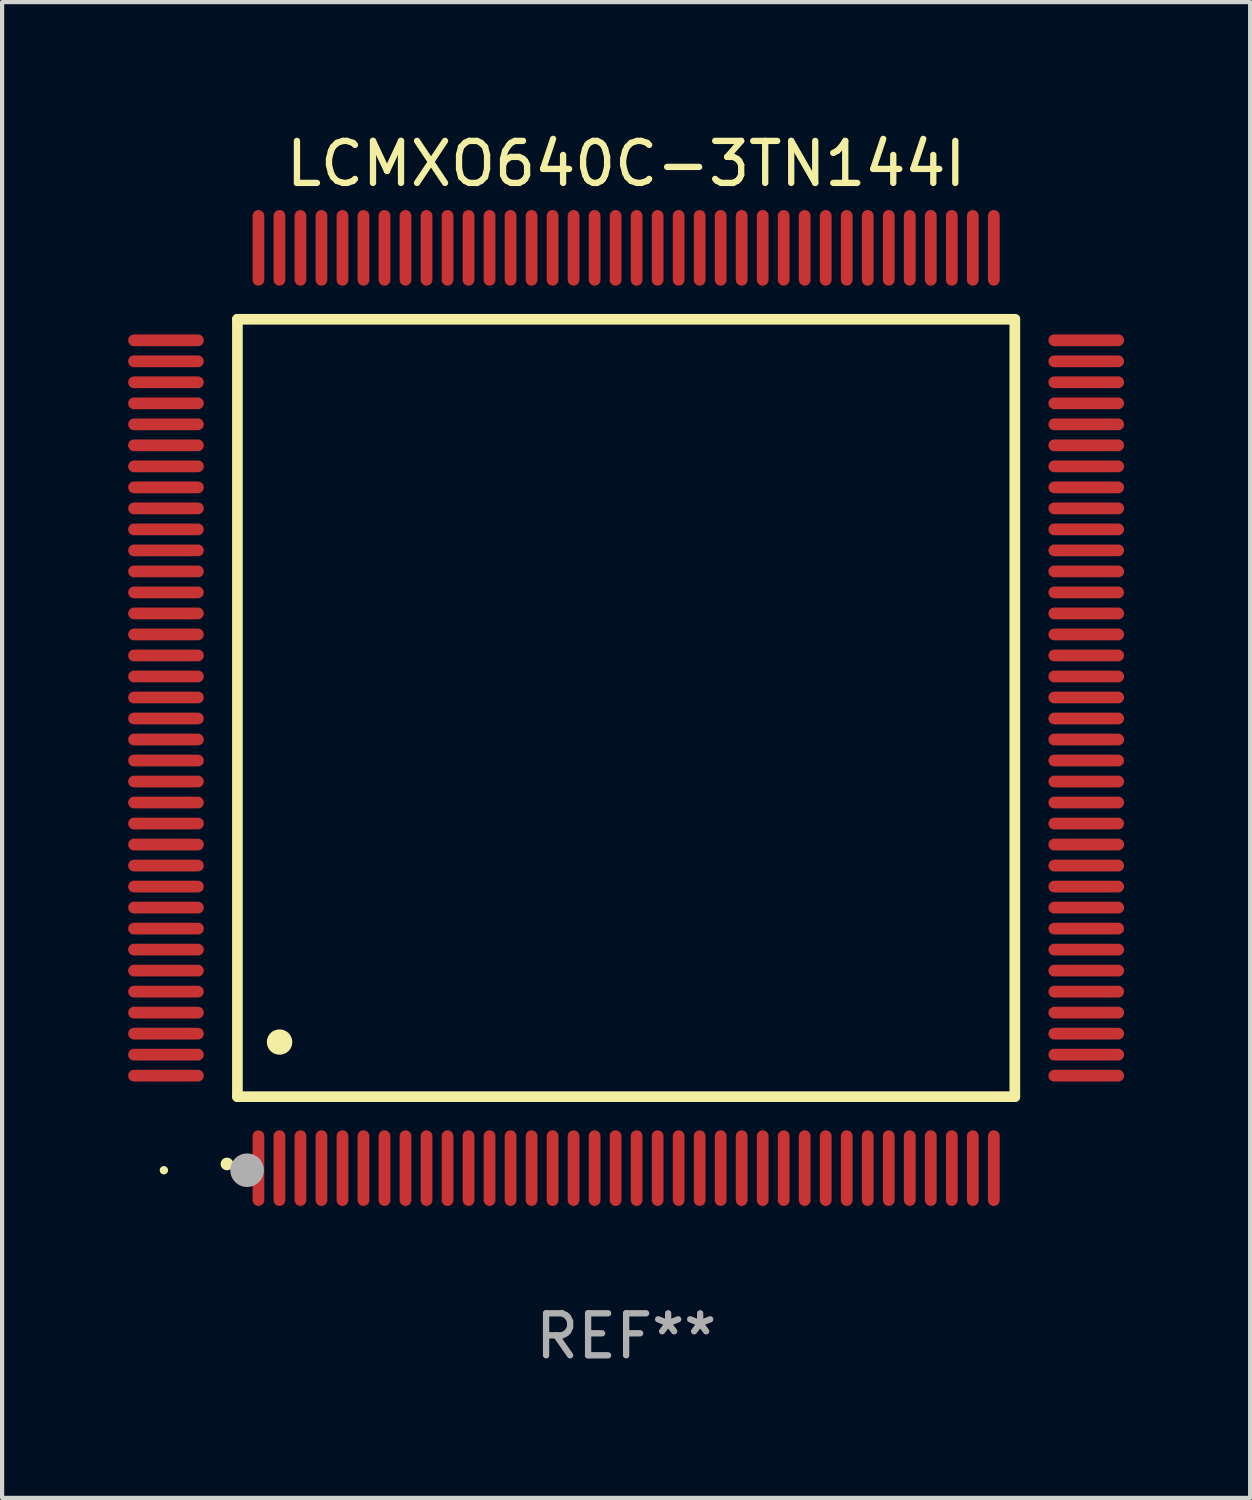
<source format=kicad_pcb>
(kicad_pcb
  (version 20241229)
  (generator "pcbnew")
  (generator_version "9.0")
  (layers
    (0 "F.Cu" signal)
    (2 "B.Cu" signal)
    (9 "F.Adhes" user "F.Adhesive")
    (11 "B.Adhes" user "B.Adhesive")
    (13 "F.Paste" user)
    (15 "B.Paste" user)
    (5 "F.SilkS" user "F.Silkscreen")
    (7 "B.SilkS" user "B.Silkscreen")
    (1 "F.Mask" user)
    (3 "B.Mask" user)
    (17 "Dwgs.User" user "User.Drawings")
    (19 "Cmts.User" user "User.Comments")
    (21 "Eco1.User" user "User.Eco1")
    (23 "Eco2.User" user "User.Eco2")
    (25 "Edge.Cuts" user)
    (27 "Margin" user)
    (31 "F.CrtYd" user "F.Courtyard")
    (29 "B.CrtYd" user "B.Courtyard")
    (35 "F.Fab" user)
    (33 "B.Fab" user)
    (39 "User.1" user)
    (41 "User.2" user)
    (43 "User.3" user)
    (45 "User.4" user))
  (footprint "LCMXO640C-3TN144I"
    (layer "F.Cu")
    (at 11.85 13.798)
    (property "Reference" "LCMXO640C-3TN144I" (at 0 -12.95 0) (layer "F.SilkS") (effects (font (size 1 1) (thickness 0.15))))
    (attr through_hole)
    (fp_line (start -9.25 -9.25) (end -9.25 9.25) (stroke (width 0.254) (type solid)) (layer "F.SilkS"))
    (fp_line (start -9.25 9.25) (end 9.25 9.25) (stroke (width 0.254) (type solid)) (layer "F.SilkS"))
    (fp_line (start 9.25 -9.25) (end -9.25 -9.25) (stroke (width 0.254) (type solid)) (layer "F.SilkS"))
    (fp_line (start 9.25 9.25) (end 9.25 -9.25) (stroke (width 0.254) (type solid)) (layer "F.SilkS"))
    (fp_arc (start -9.499619 10.850902) (mid -9.498349 10.850897) (end -9.497079 10.850902) (stroke (width 0.3) (type solid)) (layer "F.SilkS"))
    (fp_arc (start -8.249936 7.950216) (mid -8.247396 7.950205) (end -8.244856 7.950216) (stroke (width 0.6) (type solid)) (layer "F.SilkS"))
    (fp_circle (center -11 11) (end -10.95 11) (stroke (width 0.1) (type solid)) (fill no) (layer "F.SilkS"))
    (fp_circle (center -9.02 11) (end -8.82 11) (stroke (width 0.4) (type solid)) (fill no) (layer "F.Fab"))
    (fp_text user "REF**" (at 0 14.95 0) (layer "F.Fab") (effects (font (size 1 1) (thickness 0.15))))
    (pad "1" smd oval (at -8.75 10.95) (size 0.28 1.8) (layers "F.Cu" "F.Mask" "F.Paste"))
    (pad "2" smd oval (at -8.25 10.95) (size 0.28 1.8) (layers "F.Cu" "F.Mask" "F.Paste"))
    (pad "3" smd oval (at -7.75 10.95) (size 0.28 1.8) (layers "F.Cu" "F.Mask" "F.Paste"))
    (pad "4" smd oval (at -7.25 10.95) (size 0.28 1.8) (layers "F.Cu" "F.Mask" "F.Paste"))
    (pad "5" smd oval (at -6.75 10.95) (size 0.28 1.8) (layers "F.Cu" "F.Mask" "F.Paste"))
    (pad "6" smd oval (at -6.25 10.95) (size 0.28 1.8) (layers "F.Cu" "F.Mask" "F.Paste"))
    (pad "7" smd oval (at -5.75 10.95) (size 0.28 1.8) (layers "F.Cu" "F.Mask" "F.Paste"))
    (pad "8" smd oval (at -5.25 10.95) (size 0.28 1.8) (layers "F.Cu" "F.Mask" "F.Paste"))
    (pad "9" smd oval (at -4.75 10.95) (size 0.28 1.8) (layers "F.Cu" "F.Mask" "F.Paste"))
    (pad "10" smd oval (at -4.25 10.95) (size 0.28 1.8) (layers "F.Cu" "F.Mask" "F.Paste"))
    (pad "11" smd oval (at -3.75 10.95) (size 0.28 1.8) (layers "F.Cu" "F.Mask" "F.Paste"))
    (pad "12" smd oval (at -3.25 10.95) (size 0.28 1.8) (layers "F.Cu" "F.Mask" "F.Paste"))
    (pad "13" smd oval (at -2.75 10.95) (size 0.28 1.8) (layers "F.Cu" "F.Mask" "F.Paste"))
    (pad "14" smd oval (at -2.25 10.95) (size 0.28 1.8) (layers "F.Cu" "F.Mask" "F.Paste"))
    (pad "15" smd oval (at -1.75 10.95) (size 0.28 1.8) (layers "F.Cu" "F.Mask" "F.Paste"))
    (pad "16" smd oval (at -1.25 10.95) (size 0.28 1.8) (layers "F.Cu" "F.Mask" "F.Paste"))
    (pad "17" smd oval (at -0.75 10.95) (size 0.28 1.8) (layers "F.Cu" "F.Mask" "F.Paste"))
    (pad "18" smd oval (at -0.25 10.95) (size 0.28 1.8) (layers "F.Cu" "F.Mask" "F.Paste"))
    (pad "19" smd oval (at 0.25 10.95) (size 0.28 1.8) (layers "F.Cu" "F.Mask" "F.Paste"))
    (pad "20" smd oval (at 0.75 10.95) (size 0.28 1.8) (layers "F.Cu" "F.Mask" "F.Paste"))
    (pad "21" smd oval (at 1.25 10.95) (size 0.28 1.8) (layers "F.Cu" "F.Mask" "F.Paste"))
    (pad "22" smd oval (at 1.75 10.95) (size 0.28 1.8) (layers "F.Cu" "F.Mask" "F.Paste"))
    (pad "23" smd oval (at 2.25 10.95) (size 0.28 1.8) (layers "F.Cu" "F.Mask" "F.Paste"))
    (pad "24" smd oval (at 2.75 10.95) (size 0.28 1.8) (layers "F.Cu" "F.Mask" "F.Paste"))
    (pad "25" smd oval (at 3.25 10.95) (size 0.28 1.8) (layers "F.Cu" "F.Mask" "F.Paste"))
    (pad "26" smd oval (at 3.75 10.95) (size 0.28 1.8) (layers "F.Cu" "F.Mask" "F.Paste"))
    (pad "27" smd oval (at 4.25 10.95) (size 0.28 1.8) (layers "F.Cu" "F.Mask" "F.Paste"))
    (pad "28" smd oval (at 4.75 10.95) (size 0.28 1.8) (layers "F.Cu" "F.Mask" "F.Paste"))
    (pad "29" smd oval (at 5.25 10.95) (size 0.28 1.8) (layers "F.Cu" "F.Mask" "F.Paste"))
    (pad "30" smd oval (at 5.75 10.95) (size 0.28 1.8) (layers "F.Cu" "F.Mask" "F.Paste"))
    (pad "31" smd oval (at 6.25 10.95) (size 0.28 1.8) (layers "F.Cu" "F.Mask" "F.Paste"))
    (pad "32" smd oval (at 6.75 10.95) (size 0.28 1.8) (layers "F.Cu" "F.Mask" "F.Paste"))
    (pad "33" smd oval (at 7.25 10.95) (size 0.28 1.8) (layers "F.Cu" "F.Mask" "F.Paste"))
    (pad "34" smd oval (at 7.75 10.95) (size 0.28 1.8) (layers "F.Cu" "F.Mask" "F.Paste"))
    (pad "35" smd oval (at 8.25 10.95) (size 0.28 1.8) (layers "F.Cu" "F.Mask" "F.Paste"))
    (pad "36" smd oval (at 8.75 10.95) (size 0.28 1.8) (layers "F.Cu" "F.Mask" "F.Paste"))
    (pad "37" smd oval (at 10.95 8.75) (size 1.8 0.28) (layers "F.Cu" "F.Mask" "F.Paste"))
    (pad "38" smd oval (at 10.95 8.25) (size 1.8 0.28) (layers "F.Cu" "F.Mask" "F.Paste"))
    (pad "39" smd oval (at 10.95 7.75) (size 1.8 0.28) (layers "F.Cu" "F.Mask" "F.Paste"))
    (pad "40" smd oval (at 10.95 7.25) (size 1.8 0.28) (layers "F.Cu" "F.Mask" "F.Paste"))
    (pad "41" smd oval (at 10.95 6.75) (size 1.8 0.28) (layers "F.Cu" "F.Mask" "F.Paste"))
    (pad "42" smd oval (at 10.95 6.25) (size 1.8 0.28) (layers "F.Cu" "F.Mask" "F.Paste"))
    (pad "43" smd oval (at 10.95 5.75) (size 1.8 0.28) (layers "F.Cu" "F.Mask" "F.Paste"))
    (pad "44" smd oval (at 10.95 5.25) (size 1.8 0.28) (layers "F.Cu" "F.Mask" "F.Paste"))
    (pad "45" smd oval (at 10.95 4.75) (size 1.8 0.28) (layers "F.Cu" "F.Mask" "F.Paste"))
    (pad "46" smd oval (at 10.95 4.25) (size 1.8 0.28) (layers "F.Cu" "F.Mask" "F.Paste"))
    (pad "47" smd oval (at 10.95 3.75) (size 1.8 0.28) (layers "F.Cu" "F.Mask" "F.Paste"))
    (pad "48" smd oval (at 10.95 3.25) (size 1.8 0.28) (layers "F.Cu" "F.Mask" "F.Paste"))
    (pad "49" smd oval (at 10.95 2.75) (size 1.8 0.28) (layers "F.Cu" "F.Mask" "F.Paste"))
    (pad "50" smd oval (at 10.95 2.25) (size 1.8 0.28) (layers "F.Cu" "F.Mask" "F.Paste"))
    (pad "51" smd oval (at 10.95 1.75) (size 1.8 0.28) (layers "F.Cu" "F.Mask" "F.Paste"))
    (pad "52" smd oval (at 10.95 1.25) (size 1.8 0.28) (layers "F.Cu" "F.Mask" "F.Paste"))
    (pad "53" smd oval (at 10.95 0.75) (size 1.8 0.28) (layers "F.Cu" "F.Mask" "F.Paste"))
    (pad "54" smd oval (at 10.95 0.25) (size 1.8 0.28) (layers "F.Cu" "F.Mask" "F.Paste"))
    (pad "55" smd oval (at 10.95 -0.25) (size 1.8 0.28) (layers "F.Cu" "F.Mask" "F.Paste"))
    (pad "56" smd oval (at 10.95 -0.75) (size 1.8 0.28) (layers "F.Cu" "F.Mask" "F.Paste"))
    (pad "57" smd oval (at 10.95 -1.25) (size 1.8 0.28) (layers "F.Cu" "F.Mask" "F.Paste"))
    (pad "58" smd oval (at 10.95 -1.75) (size 1.8 0.28) (layers "F.Cu" "F.Mask" "F.Paste"))
    (pad "59" smd oval (at 10.95 -2.25) (size 1.8 0.28) (layers "F.Cu" "F.Mask" "F.Paste"))
    (pad "60" smd oval (at 10.95 -2.75) (size 1.8 0.28) (layers "F.Cu" "F.Mask" "F.Paste"))
    (pad "61" smd oval (at 10.95 -3.25) (size 1.8 0.28) (layers "F.Cu" "F.Mask" "F.Paste"))
    (pad "62" smd oval (at 10.95 -3.75) (size 1.8 0.28) (layers "F.Cu" "F.Mask" "F.Paste"))
    (pad "63" smd oval (at 10.95 -4.25) (size 1.8 0.28) (layers "F.Cu" "F.Mask" "F.Paste"))
    (pad "64" smd oval (at 10.95 -4.75) (size 1.8 0.28) (layers "F.Cu" "F.Mask" "F.Paste"))
    (pad "65" smd oval (at 10.95 -5.25) (size 1.8 0.28) (layers "F.Cu" "F.Mask" "F.Paste"))
    (pad "66" smd oval (at 10.95 -5.75) (size 1.8 0.28) (layers "F.Cu" "F.Mask" "F.Paste"))
    (pad "67" smd oval (at 10.95 -6.25) (size 1.8 0.28) (layers "F.Cu" "F.Mask" "F.Paste"))
    (pad "68" smd oval (at 10.95 -6.75) (size 1.8 0.28) (layers "F.Cu" "F.Mask" "F.Paste"))
    (pad "69" smd oval (at 10.95 -7.25) (size 1.8 0.28) (layers "F.Cu" "F.Mask" "F.Paste"))
    (pad "70" smd oval (at 10.95 -7.75) (size 1.8 0.28) (layers "F.Cu" "F.Mask" "F.Paste"))
    (pad "71" smd oval (at 10.95 -8.25) (size 1.8 0.28) (layers "F.Cu" "F.Mask" "F.Paste"))
    (pad "72" smd oval (at 10.95 -8.75) (size 1.8 0.28) (layers "F.Cu" "F.Mask" "F.Paste"))
    (pad "73" smd oval (at 8.75 -10.95) (size 0.28 1.8) (layers "F.Cu" "F.Mask" "F.Paste"))
    (pad "74" smd oval (at 8.25 -10.95) (size 0.28 1.8) (layers "F.Cu" "F.Mask" "F.Paste"))
    (pad "75" smd oval (at 7.75 -10.95) (size 0.28 1.8) (layers "F.Cu" "F.Mask" "F.Paste"))
    (pad "76" smd oval (at 7.25 -10.95) (size 0.28 1.8) (layers "F.Cu" "F.Mask" "F.Paste"))
    (pad "77" smd oval (at 6.75 -10.95) (size 0.28 1.8) (layers "F.Cu" "F.Mask" "F.Paste"))
    (pad "78" smd oval (at 6.25 -10.95) (size 0.28 1.8) (layers "F.Cu" "F.Mask" "F.Paste"))
    (pad "79" smd oval (at 5.75 -10.95) (size 0.28 1.8) (layers "F.Cu" "F.Mask" "F.Paste"))
    (pad "80" smd oval (at 5.25 -10.95) (size 0.28 1.8) (layers "F.Cu" "F.Mask" "F.Paste"))
    (pad "81" smd oval (at 4.75 -10.95) (size 0.28 1.8) (layers "F.Cu" "F.Mask" "F.Paste"))
    (pad "82" smd oval (at 4.25 -10.95) (size 0.28 1.8) (layers "F.Cu" "F.Mask" "F.Paste"))
    (pad "83" smd oval (at 3.75 -10.95) (size 0.28 1.8) (layers "F.Cu" "F.Mask" "F.Paste"))
    (pad "84" smd oval (at 3.25 -10.95) (size 0.28 1.8) (layers "F.Cu" "F.Mask" "F.Paste"))
    (pad "85" smd oval (at 2.75 -10.95) (size 0.28 1.8) (layers "F.Cu" "F.Mask" "F.Paste"))
    (pad "86" smd oval (at 2.25 -10.95) (size 0.28 1.8) (layers "F.Cu" "F.Mask" "F.Paste"))
    (pad "87" smd oval (at 1.75 -10.95) (size 0.28 1.8) (layers "F.Cu" "F.Mask" "F.Paste"))
    (pad "88" smd oval (at 1.25 -10.95) (size 0.28 1.8) (layers "F.Cu" "F.Mask" "F.Paste"))
    (pad "89" smd oval (at 0.75 -10.95) (size 0.28 1.8) (layers "F.Cu" "F.Mask" "F.Paste"))
    (pad "90" smd oval (at 0.25 -10.95) (size 0.28 1.8) (layers "F.Cu" "F.Mask" "F.Paste"))
    (pad "91" smd oval (at -0.25 -10.95) (size 0.28 1.8) (layers "F.Cu" "F.Mask" "F.Paste"))
    (pad "92" smd oval (at -0.75 -10.95) (size 0.28 1.8) (layers "F.Cu" "F.Mask" "F.Paste"))
    (pad "93" smd oval (at -1.25 -10.95) (size 0.28 1.8) (layers "F.Cu" "F.Mask" "F.Paste"))
    (pad "94" smd oval (at -1.75 -10.95) (size 0.28 1.8) (layers "F.Cu" "F.Mask" "F.Paste"))
    (pad "95" smd oval (at -2.25 -10.95) (size 0.28 1.8) (layers "F.Cu" "F.Mask" "F.Paste"))
    (pad "96" smd oval (at -2.75 -10.95) (size 0.28 1.8) (layers "F.Cu" "F.Mask" "F.Paste"))
    (pad "97" smd oval (at -3.25 -10.95) (size 0.28 1.8) (layers "F.Cu" "F.Mask" "F.Paste"))
    (pad "98" smd oval (at -3.75 -10.95) (size 0.28 1.8) (layers "F.Cu" "F.Mask" "F.Paste"))
    (pad "99" smd oval (at -4.25 -10.95) (size 0.28 1.8) (layers "F.Cu" "F.Mask" "F.Paste"))
    (pad "100" smd oval (at -4.75 -10.95) (size 0.28 1.8) (layers "F.Cu" "F.Mask" "F.Paste"))
    (pad "101" smd oval (at -5.25 -10.95) (size 0.28 1.8) (layers "F.Cu" "F.Mask" "F.Paste"))
    (pad "102" smd oval (at -5.75 -10.95) (size 0.28 1.8) (layers "F.Cu" "F.Mask" "F.Paste"))
    (pad "103" smd oval (at -6.25 -10.95) (size 0.28 1.8) (layers "F.Cu" "F.Mask" "F.Paste"))
    (pad "104" smd oval (at -6.75 -10.95) (size 0.28 1.8) (layers "F.Cu" "F.Mask" "F.Paste"))
    (pad "105" smd oval (at -7.25 -10.95) (size 0.28 1.8) (layers "F.Cu" "F.Mask" "F.Paste"))
    (pad "106" smd oval (at -7.75 -10.95) (size 0.28 1.8) (layers "F.Cu" "F.Mask" "F.Paste"))
    (pad "107" smd oval (at -8.25 -10.95) (size 0.28 1.8) (layers "F.Cu" "F.Mask" "F.Paste"))
    (pad "108" smd oval (at -8.75 -10.95) (size 0.28 1.8) (layers "F.Cu" "F.Mask" "F.Paste"))
    (pad "109" smd oval (at -10.95 -8.75) (size 1.8 0.28) (layers "F.Cu" "F.Mask" "F.Paste"))
    (pad "110" smd oval (at -10.95 -8.25) (size 1.8 0.28) (layers "F.Cu" "F.Mask" "F.Paste"))
    (pad "111" smd oval (at -10.95 -7.75) (size 1.8 0.28) (layers "F.Cu" "F.Mask" "F.Paste"))
    (pad "112" smd oval (at -10.95 -7.25) (size 1.8 0.28) (layers "F.Cu" "F.Mask" "F.Paste"))
    (pad "113" smd oval (at -10.95 -6.75) (size 1.8 0.28) (layers "F.Cu" "F.Mask" "F.Paste"))
    (pad "114" smd oval (at -10.95 -6.25) (size 1.8 0.28) (layers "F.Cu" "F.Mask" "F.Paste"))
    (pad "115" smd oval (at -10.95 -5.75) (size 1.8 0.28) (layers "F.Cu" "F.Mask" "F.Paste"))
    (pad "116" smd oval (at -10.95 -5.25) (size 1.8 0.28) (layers "F.Cu" "F.Mask" "F.Paste"))
    (pad "117" smd oval (at -10.95 -4.75) (size 1.8 0.28) (layers "F.Cu" "F.Mask" "F.Paste"))
    (pad "118" smd oval (at -10.95 -4.25) (size 1.8 0.28) (layers "F.Cu" "F.Mask" "F.Paste"))
    (pad "119" smd oval (at -10.95 -3.75) (size 1.8 0.28) (layers "F.Cu" "F.Mask" "F.Paste"))
    (pad "120" smd oval (at -10.95 -3.25) (size 1.8 0.28) (layers "F.Cu" "F.Mask" "F.Paste"))
    (pad "121" smd oval (at -10.95 -2.75) (size 1.8 0.28) (layers "F.Cu" "F.Mask" "F.Paste"))
    (pad "122" smd oval (at -10.95 -2.25) (size 1.8 0.28) (layers "F.Cu" "F.Mask" "F.Paste"))
    (pad "123" smd oval (at -10.95 -1.75) (size 1.8 0.28) (layers "F.Cu" "F.Mask" "F.Paste"))
    (pad "124" smd oval (at -10.95 -1.25) (size 1.8 0.28) (layers "F.Cu" "F.Mask" "F.Paste"))
    (pad "125" smd oval (at -10.95 -0.75) (size 1.8 0.28) (layers "F.Cu" "F.Mask" "F.Paste"))
    (pad "126" smd oval (at -10.95 -0.25) (size 1.8 0.28) (layers "F.Cu" "F.Mask" "F.Paste"))
    (pad "127" smd oval (at -10.95 0.25) (size 1.8 0.28) (layers "F.Cu" "F.Mask" "F.Paste"))
    (pad "128" smd oval (at -10.95 0.75) (size 1.8 0.28) (layers "F.Cu" "F.Mask" "F.Paste"))
    (pad "129" smd oval (at -10.95 1.25) (size 1.8 0.28) (layers "F.Cu" "F.Mask" "F.Paste"))
    (pad "130" smd oval (at -10.95 1.75) (size 1.8 0.28) (layers "F.Cu" "F.Mask" "F.Paste"))
    (pad "131" smd oval (at -10.95 2.25) (size 1.8 0.28) (layers "F.Cu" "F.Mask" "F.Paste"))
    (pad "132" smd oval (at -10.95 2.75) (size 1.8 0.28) (layers "F.Cu" "F.Mask" "F.Paste"))
    (pad "133" smd oval (at -10.95 3.25) (size 1.8 0.28) (layers "F.Cu" "F.Mask" "F.Paste"))
    (pad "134" smd oval (at -10.95 3.75) (size 1.8 0.28) (layers "F.Cu" "F.Mask" "F.Paste"))
    (pad "135" smd oval (at -10.95 4.25) (size 1.8 0.28) (layers "F.Cu" "F.Mask" "F.Paste"))
    (pad "136" smd oval (at -10.95 4.75) (size 1.8 0.28) (layers "F.Cu" "F.Mask" "F.Paste"))
    (pad "137" smd oval (at -10.95 5.25) (size 1.8 0.28) (layers "F.Cu" "F.Mask" "F.Paste"))
    (pad "138" smd oval (at -10.95 5.75) (size 1.8 0.28) (layers "F.Cu" "F.Mask" "F.Paste"))
    (pad "139" smd oval (at -10.95 6.25) (size 1.8 0.28) (layers "F.Cu" "F.Mask" "F.Paste"))
    (pad "140" smd oval (at -10.95 6.75) (size 1.8 0.28) (layers "F.Cu" "F.Mask" "F.Paste"))
    (pad "141" smd oval (at -10.95 7.25) (size 1.8 0.28) (layers "F.Cu" "F.Mask" "F.Paste"))
    (pad "142" smd oval (at -10.95 7.75) (size 1.8 0.28) (layers "F.Cu" "F.Mask" "F.Paste"))
    (pad "143" smd oval (at -10.95 8.25) (size 1.8 0.28) (layers "F.Cu" "F.Mask" "F.Paste"))
    (pad "144" smd oval (at -10.95 8.75) (size 1.8 0.28) (layers "F.Cu" "F.Mask" "F.Paste")))
  (gr_rect
    (start -3 -3)
    (end 26.7 32.596)
    (stroke (width 0.1) (type default))
    (fill no)
    (layer "Edge.Cuts")))
</source>
